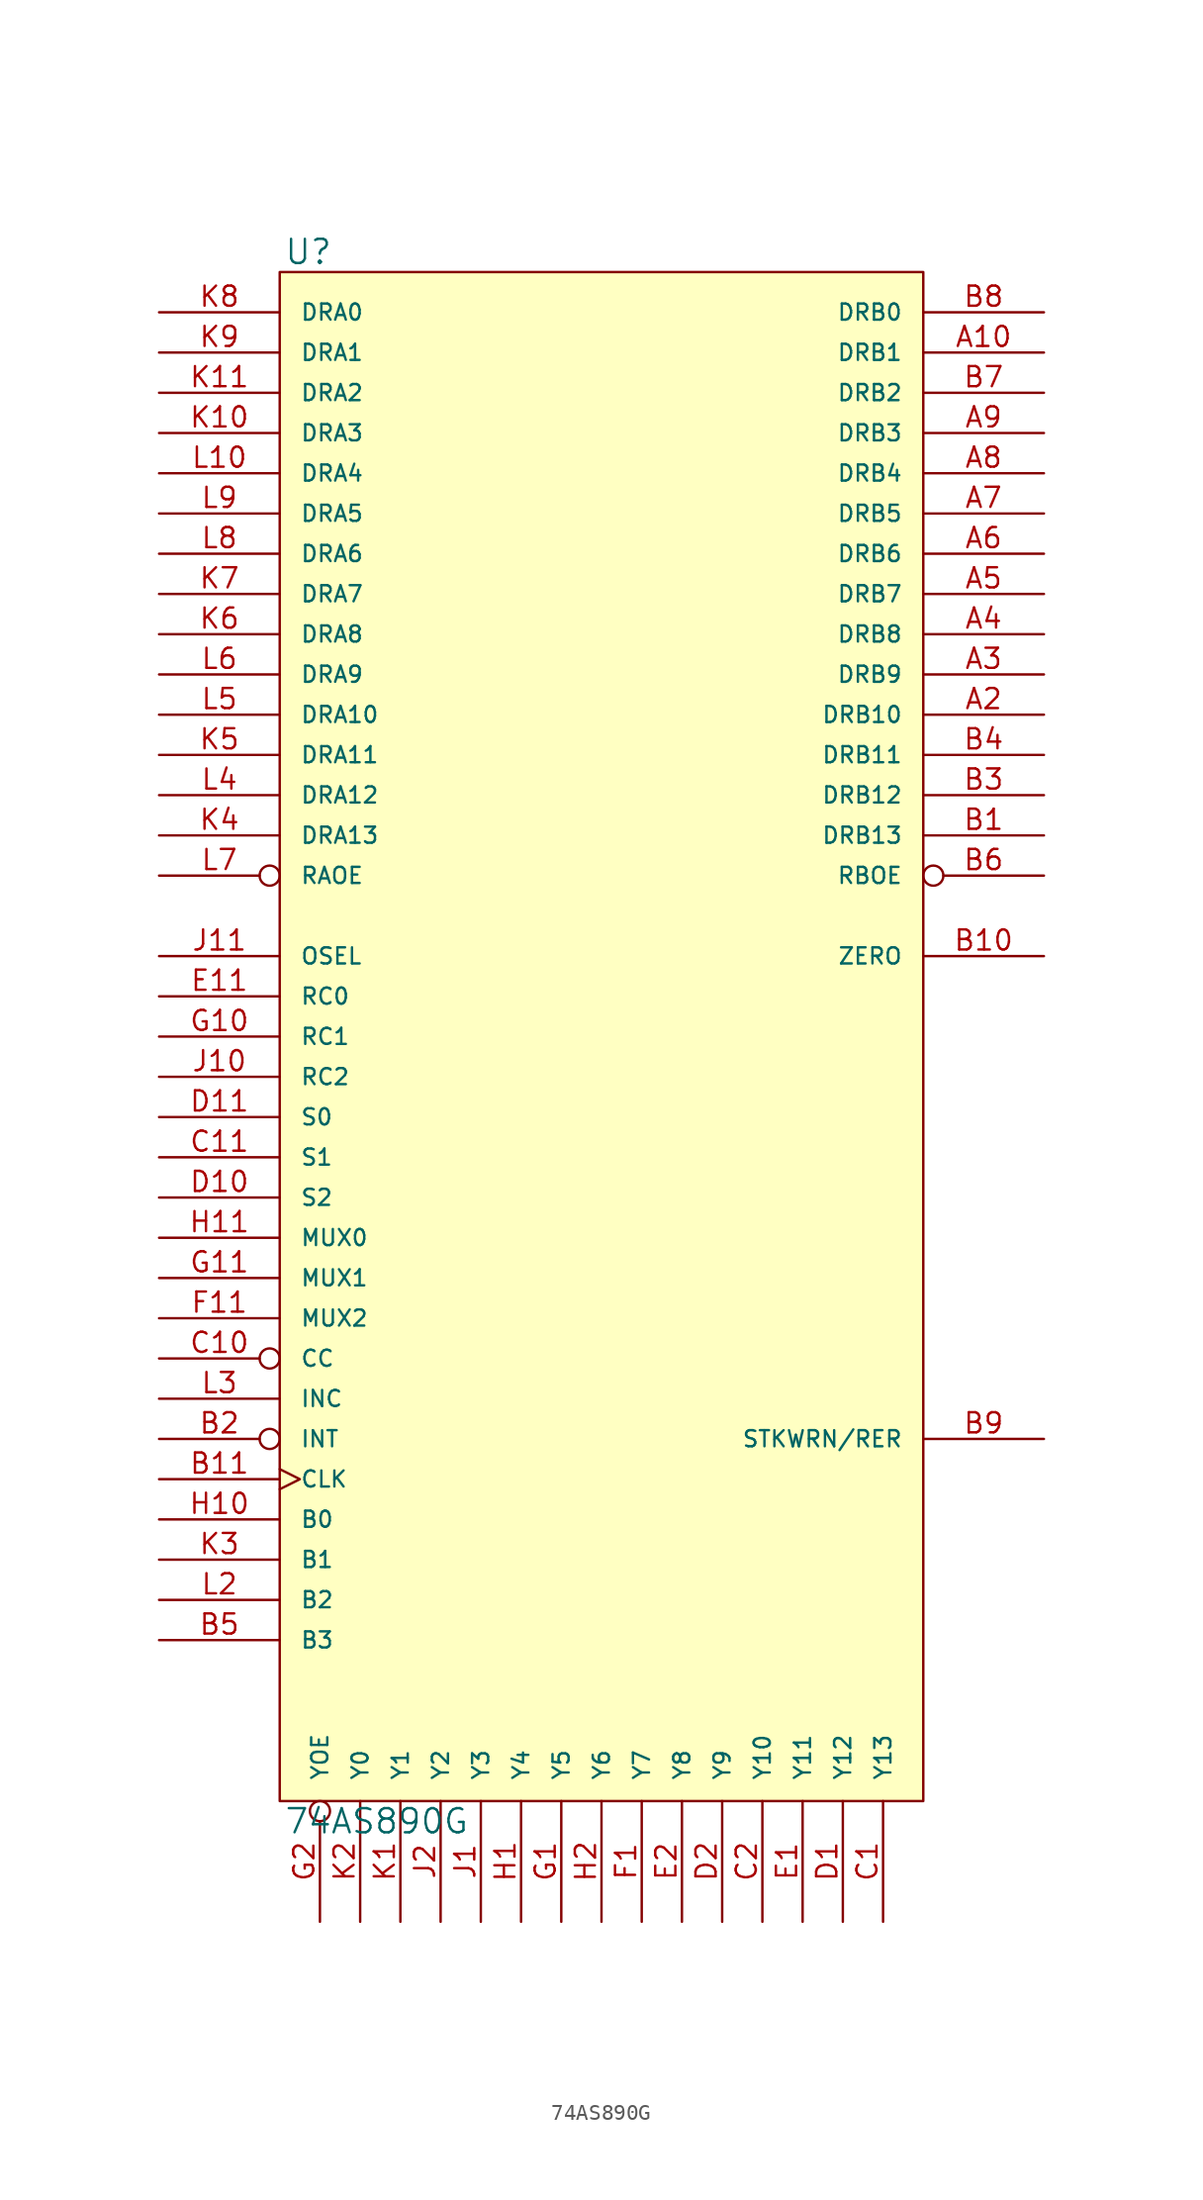
<source format=kicad_sym>
(kicad_symbol_lib
  (version 20231120)
  (generator "kicad_symbol_editor")
  (generator_version "8.0")
  (symbol "74AS890G"
    (pin_names
      (offset 1.27))
    (property "Reference" "U"
      (at 0.254 0.381 0)
      (effects (font (size 1.524 1.524)) (justify left bottom)))
    (property "Value" "74AS890G"
      (at 0.254 -96.901 0)
      (effects (font (size 1.524 1.524)) (justify left top)))
    (symbol "74AS890G_0_1"
      (rectangle (start 0 0) (end 40.64 -96.52) (stroke (width 0) (type solid)) (fill (type background))))
    (symbol "74AS890G_1_1"
      (pin bidirectional line (at 48.26 -5.08 180) (length 7.62) (name "DRB1" (effects (font (size 1.016 1.016)))) (number "A10" (effects (font (size 1.27 1.27)))))
      (pin bidirectional line (at 48.26 -27.94 180) (length 7.62) (name "DRB10" (effects (font (size 1.016 1.016)))) (number "A2" (effects (font (size 1.27 1.27)))))
      (pin bidirectional line (at 48.26 -25.4 180) (length 7.62) (name "DRB9" (effects (font (size 1.016 1.016)))) (number "A3" (effects (font (size 1.27 1.27)))))
      (pin bidirectional line (at 48.26 -22.86 180) (length 7.62) (name "DRB8" (effects (font (size 1.016 1.016)))) (number "A4" (effects (font (size 1.27 1.27)))))
      (pin bidirectional line (at 48.26 -20.32 180) (length 7.62) (name "DRB7" (effects (font (size 1.016 1.016)))) (number "A5" (effects (font (size 1.27 1.27)))))
      (pin bidirectional line (at 48.26 -17.78 180) (length 7.62) (name "DRB6" (effects (font (size 1.016 1.016)))) (number "A6" (effects (font (size 1.27 1.27)))))
      (pin bidirectional line (at 48.26 -15.24 180) (length 7.62) (name "DRB5" (effects (font (size 1.016 1.016)))) (number "A7" (effects (font (size 1.27 1.27)))))
      (pin bidirectional line (at 48.26 -12.7 180) (length 7.62) (name "DRB4" (effects (font (size 1.016 1.016)))) (number "A8" (effects (font (size 1.27 1.27)))))
      (pin bidirectional line (at 48.26 -10.16 180) (length 7.62) (name "DRB3" (effects (font (size 1.016 1.016)))) (number "A9" (effects (font (size 1.27 1.27)))))
      (pin bidirectional line (at 48.26 -35.56 180) (length 7.62) (name "DRB13" (effects (font (size 1.016 1.016)))) (number "B1" (effects (font (size 1.27 1.27)))))
      (pin output line (at 48.26 -43.18 180) (length 7.62) (name "ZERO" (effects (font (size 1.016 1.016)))) (number "B10" (effects (font (size 1.27 1.27)))))
      (pin input clock (at -7.62 -76.2 0) (length 7.62) (name "CLK" (effects (font (size 1.016 1.016)))) (number "B11" (effects (font (size 1.27 1.27)))))
      (pin input inverted (at -7.62 -73.66 0) (length 7.62) (name "INT" (effects (font (size 1.016 1.016)))) (number "B2" (effects (font (size 1.27 1.27)))))
      (pin bidirectional line (at 48.26 -33.02 180) (length 7.62) (name "DRB12" (effects (font (size 1.016 1.016)))) (number "B3" (effects (font (size 1.27 1.27)))))
      (pin bidirectional line (at 48.26 -30.48 180) (length 7.62) (name "DRB11" (effects (font (size 1.016 1.016)))) (number "B4" (effects (font (size 1.27 1.27)))))
      (pin input line (at -7.62 -86.36 0) (length 7.62) (name "B3" (effects (font (size 1.016 1.016)))) (number "B5" (effects (font (size 1.27 1.27)))))
      (pin input inverted (at 48.26 -38.1 180) (length 7.62) (name "RBOE" (effects (font (size 1.016 1.016)))) (number "B6" (effects (font (size 1.27 1.27)))))
      (pin bidirectional line (at 48.26 -7.62 180) (length 7.62) (name "DRB2" (effects (font (size 1.016 1.016)))) (number "B7" (effects (font (size 1.27 1.27)))))
      (pin bidirectional line (at 48.26 -2.54 180) (length 7.62) (name "DRB0" (effects (font (size 1.016 1.016)))) (number "B8" (effects (font (size 1.27 1.27)))))
      (pin output line (at 48.26 -73.66 180) (length 7.62) (name "STKWRN/RER" (effects (font (size 1.016 1.016)))) (number "B9" (effects (font (size 1.27 1.27)))))
      (pin bidirectional line (at 38.1 -104.14 90) (length 7.62) (name "Y13" (effects (font (size 1.016 1.016)))) (number "C1" (effects (font (size 1.27 1.27)))))
      (pin input inverted (at -7.62 -68.58 0) (length 7.62) (name "CC" (effects (font (size 1.016 1.016)))) (number "C10" (effects (font (size 1.27 1.27)))))
      (pin input line (at -7.62 -55.88 0) (length 7.62) (name "S1" (effects (font (size 1.016 1.016)))) (number "C11" (effects (font (size 1.27 1.27)))))
      (pin bidirectional line (at 30.48 -104.14 90) (length 7.62) (name "Y10" (effects (font (size 1.016 1.016)))) (number "C2" (effects (font (size 1.27 1.27)))))
      (pin bidirectional line (at 35.56 -104.14 90) (length 7.62) (name "Y12" (effects (font (size 1.016 1.016)))) (number "D1" (effects (font (size 1.27 1.27)))))
      (pin input line (at -7.62 -58.42 0) (length 7.62) (name "S2" (effects (font (size 1.016 1.016)))) (number "D10" (effects (font (size 1.27 1.27)))))
      (pin input line (at -7.62 -53.34 0) (length 7.62) (name "S0" (effects (font (size 1.016 1.016)))) (number "D11" (effects (font (size 1.27 1.27)))))
      (pin bidirectional line (at 27.94 -104.14 90) (length 7.62) (name "Y9" (effects (font (size 1.016 1.016)))) (number "D2" (effects (font (size 1.27 1.27)))))
      (pin bidirectional line (at 33.02 -104.14 90) (length 7.62) (name "Y11" (effects (font (size 1.016 1.016)))) (number "E1" (effects (font (size 1.27 1.27)))))
      (pin power_in line (at 2.54 0 270) (length 0) hide (name "VCC" (effects (font (size 1.016 1.016)))) (number "E10" (effects (font (size 1.27 1.27)))))
      (pin input line (at -7.62 -45.72 0) (length 7.62) (name "RC0" (effects (font (size 1.016 1.016)))) (number "E11" (effects (font (size 1.27 1.27)))))
      (pin bidirectional line (at 25.4 -104.14 90) (length 7.62) (name "Y8" (effects (font (size 1.016 1.016)))) (number "E2" (effects (font (size 1.27 1.27)))))
      (pin bidirectional line (at 22.86 -104.14 90) (length 7.62) (name "Y7" (effects (font (size 1.016 1.016)))) (number "F1" (effects (font (size 1.27 1.27)))))
      (pin power_in line (at 0 0 270) (length 0) hide (name "VCC" (effects (font (size 1.016 1.016)))) (number "F10" (effects (font (size 1.27 1.27)))))
      (pin input line (at -7.62 -66.04 0) (length 7.62) (name "MUX2" (effects (font (size 1.016 1.016)))) (number "F11" (effects (font (size 1.27 1.27)))))
      (pin power_in line (at 0 -96.52 90) (length 0) hide (name "GND" (effects (font (size 1.016 1.016)))) (number "F2" (effects (font (size 1.27 1.27)))))
      (pin bidirectional line (at 17.78 -104.14 90) (length 7.62) (name "Y5" (effects (font (size 1.016 1.016)))) (number "G1" (effects (font (size 1.27 1.27)))))
      (pin input line (at -7.62 -48.26 0) (length 7.62) (name "RC1" (effects (font (size 1.016 1.016)))) (number "G10" (effects (font (size 1.27 1.27)))))
      (pin input line (at -7.62 -63.5 0) (length 7.62) (name "MUX1" (effects (font (size 1.016 1.016)))) (number "G11" (effects (font (size 1.27 1.27)))))
      (pin input inverted (at 2.54 -104.14 90) (length 7.62) (name "YOE" (effects (font (size 1.016 1.016)))) (number "G2" (effects (font (size 1.27 1.27)))))
      (pin bidirectional line (at 15.24 -104.14 90) (length 7.62) (name "Y4" (effects (font (size 1.016 1.016)))) (number "H1" (effects (font (size 1.27 1.27)))))
      (pin input line (at -7.62 -78.74 0) (length 7.62) (name "B0" (effects (font (size 1.016 1.016)))) (number "H10" (effects (font (size 1.27 1.27)))))
      (pin input line (at -7.62 -60.96 0) (length 7.62) (name "MUX0" (effects (font (size 1.016 1.016)))) (number "H11" (effects (font (size 1.27 1.27)))))
      (pin bidirectional line (at 20.32 -104.14 90) (length 7.62) (name "Y6" (effects (font (size 1.016 1.016)))) (number "H2" (effects (font (size 1.27 1.27)))))
      (pin bidirectional line (at 12.7 -104.14 90) (length 7.62) (name "Y3" (effects (font (size 1.016 1.016)))) (number "J1" (effects (font (size 1.27 1.27)))))
      (pin input line (at -7.62 -50.8 0) (length 7.62) (name "RC2" (effects (font (size 1.016 1.016)))) (number "J10" (effects (font (size 1.27 1.27)))))
      (pin input line (at -7.62 -43.18 0) (length 7.62) (name "OSEL" (effects (font (size 1.016 1.016)))) (number "J11" (effects (font (size 1.27 1.27)))))
      (pin bidirectional line (at 10.16 -104.14 90) (length 7.62) (name "Y2" (effects (font (size 1.016 1.016)))) (number "J2" (effects (font (size 1.27 1.27)))))
      (pin bidirectional line (at 7.62 -104.14 90) (length 7.62) (name "Y1" (effects (font (size 1.016 1.016)))) (number "K1" (effects (font (size 1.27 1.27)))))
      (pin bidirectional line (at -7.62 -10.16 0) (length 7.62) (name "DRA3" (effects (font (size 1.016 1.016)))) (number "K10" (effects (font (size 1.27 1.27)))))
      (pin bidirectional line (at -7.62 -7.62 0) (length 7.62) (name "DRA2" (effects (font (size 1.016 1.016)))) (number "K11" (effects (font (size 1.27 1.27)))))
      (pin bidirectional line (at 5.08 -104.14 90) (length 7.62) (name "Y0" (effects (font (size 1.016 1.016)))) (number "K2" (effects (font (size 1.27 1.27)))))
      (pin input line (at -7.62 -81.28 0) (length 7.62) (name "B1" (effects (font (size 1.016 1.016)))) (number "K3" (effects (font (size 1.27 1.27)))))
      (pin bidirectional line (at -7.62 -35.56 0) (length 7.62) (name "DRA13" (effects (font (size 1.016 1.016)))) (number "K4" (effects (font (size 1.27 1.27)))))
      (pin bidirectional line (at -7.62 -30.48 0) (length 7.62) (name "DRA11" (effects (font (size 1.016 1.016)))) (number "K5" (effects (font (size 1.27 1.27)))))
      (pin bidirectional line (at -7.62 -22.86 0) (length 7.62) (name "DRA8" (effects (font (size 1.016 1.016)))) (number "K6" (effects (font (size 1.27 1.27)))))
      (pin bidirectional line (at -7.62 -20.32 0) (length 7.62) (name "DRA7" (effects (font (size 1.016 1.016)))) (number "K7" (effects (font (size 1.27 1.27)))))
      (pin bidirectional line (at -7.62 -2.54 0) (length 7.62) (name "DRA0" (effects (font (size 1.016 1.016)))) (number "K8" (effects (font (size 1.27 1.27)))))
      (pin bidirectional line (at -7.62 -5.08 0) (length 7.62) (name "DRA1" (effects (font (size 1.016 1.016)))) (number "K9" (effects (font (size 1.27 1.27)))))
      (pin bidirectional line (at -7.62 -12.7 0) (length 7.62) (name "DRA4" (effects (font (size 1.016 1.016)))) (number "L10" (effects (font (size 1.27 1.27)))))
      (pin input line (at -7.62 -83.82 0) (length 7.62) (name "B2" (effects (font (size 1.016 1.016)))) (number "L2" (effects (font (size 1.27 1.27)))))
      (pin input line (at -7.62 -71.12 0) (length 7.62) (name "INC" (effects (font (size 1.016 1.016)))) (number "L3" (effects (font (size 1.27 1.27)))))
      (pin bidirectional line (at -7.62 -33.02 0) (length 7.62) (name "DRA12" (effects (font (size 1.016 1.016)))) (number "L4" (effects (font (size 1.27 1.27)))))
      (pin bidirectional line (at -7.62 -27.94 0) (length 7.62) (name "DRA10" (effects (font (size 1.016 1.016)))) (number "L5" (effects (font (size 1.27 1.27)))))
      (pin bidirectional line (at -7.62 -25.4 0) (length 7.62) (name "DRA9" (effects (font (size 1.016 1.016)))) (number "L6" (effects (font (size 1.27 1.27)))))
      (pin input inverted (at -7.62 -38.1 0) (length 7.62) (name "RAOE" (effects (font (size 1.016 1.016)))) (number "L7" (effects (font (size 1.27 1.27)))))
      (pin bidirectional line (at -7.62 -17.78 0) (length 7.62) (name "DRA6" (effects (font (size 1.016 1.016)))) (number "L8" (effects (font (size 1.27 1.27)))))
      (pin bidirectional line (at -7.62 -15.24 0) (length 7.62) (name "DRA5" (effects (font (size 1.016 1.016)))) (number "L9" (effects (font (size 1.27 1.27))))))))
</source>
